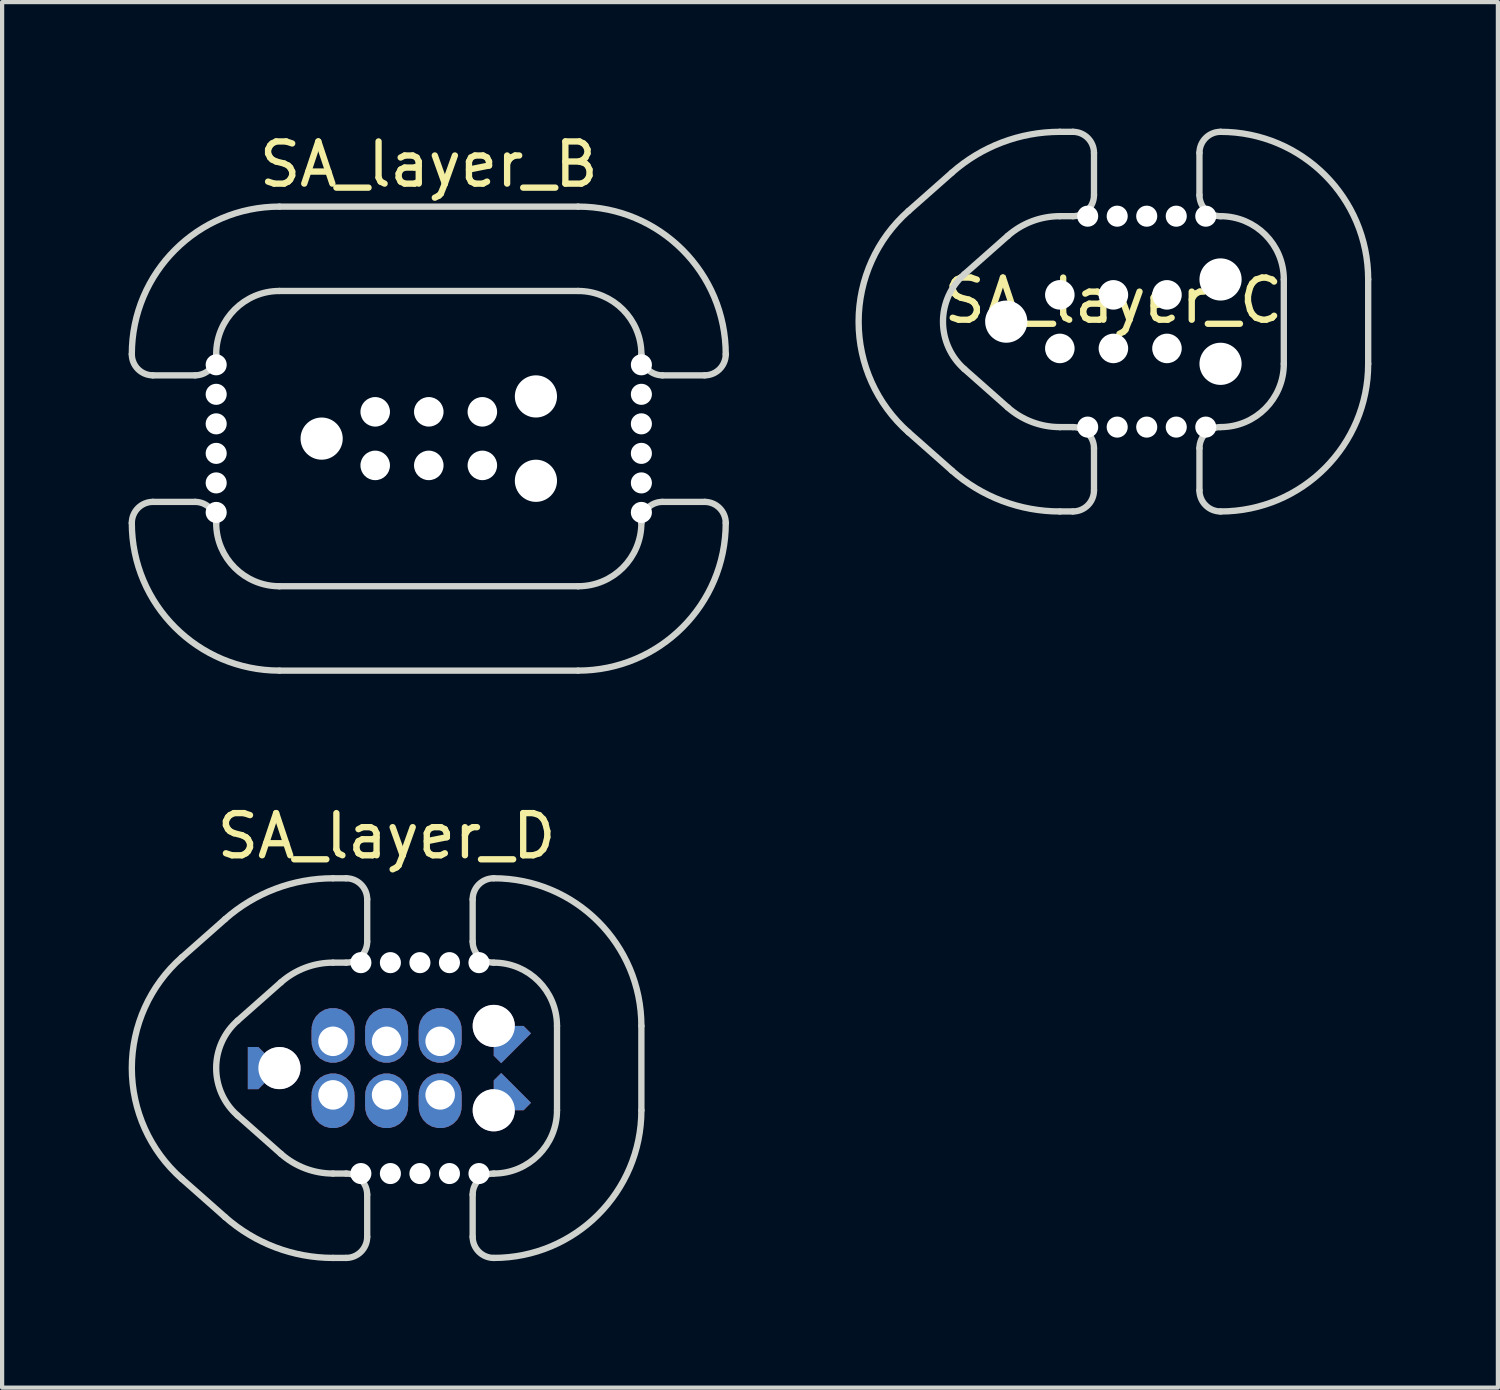
<source format=kicad_pcb>
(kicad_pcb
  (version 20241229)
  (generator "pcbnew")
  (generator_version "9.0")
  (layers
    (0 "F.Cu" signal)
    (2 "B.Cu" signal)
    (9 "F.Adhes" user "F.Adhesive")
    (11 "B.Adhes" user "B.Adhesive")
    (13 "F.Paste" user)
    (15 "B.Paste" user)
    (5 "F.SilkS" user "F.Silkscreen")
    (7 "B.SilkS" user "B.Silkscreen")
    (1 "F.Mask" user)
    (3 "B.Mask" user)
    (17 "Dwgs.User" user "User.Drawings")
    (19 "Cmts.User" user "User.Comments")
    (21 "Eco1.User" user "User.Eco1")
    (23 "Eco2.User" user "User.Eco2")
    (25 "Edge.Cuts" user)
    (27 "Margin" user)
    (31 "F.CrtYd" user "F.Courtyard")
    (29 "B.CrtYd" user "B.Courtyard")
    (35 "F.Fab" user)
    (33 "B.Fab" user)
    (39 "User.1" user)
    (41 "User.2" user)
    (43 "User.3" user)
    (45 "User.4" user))
  (footprint "SA_layer_C"
    (layer "F.Cu")
    (at 23.345 4.575)
    (property "Reference" "SA_layer_C" (at 0 -0.5 0) (unlocked yes) (layer "F.SilkS") (effects (font (size 1 1) (thickness 0.15))))
    (attr smd)
    (fp_line (start -4.857 2.623) (end -3.829 3.531) (stroke (width 0.15) (type solid)) (layer "Edge.Cuts"))
    (fp_line (start -3.829 -3.531) (end -4.857 -2.623) (stroke (width 0.15) (type solid)) (layer "Edge.Cuts"))
    (fp_line (start -3.533 1.124) (end -2.505 2.033) (stroke (width 0.15) (type solid)) (layer "Edge.Cuts"))
    (fp_line (start -2.505 -2.033) (end -3.533 -1.124) (stroke (width 0.15) (type solid)) (layer "Edge.Cuts"))
    (fp_line (start -0.96 -4.5) (end -1.27 -4.5) (stroke (width 0.15) (type solid)) (layer "Edge.Cuts"))
    (fp_line (start -0.96 -2.5) (end -1.27 -2.5) (stroke (width 0.15) (type solid)) (layer "Edge.Cuts"))
    (fp_line (start -0.96 2.5) (end -1.27 2.5) (stroke (width 0.15) (type solid)) (layer "Edge.Cuts"))
    (fp_line (start -0.96 4.5) (end -1.27 4.5) (stroke (width 0.15) (type solid)) (layer "Edge.Cuts"))
    (fp_line (start -0.46 -3) (end -0.46 -4) (stroke (width 0.15) (type solid)) (layer "Edge.Cuts"))
    (fp_line (start -0.46 3) (end -0.46 4) (stroke (width 0.15) (type solid)) (layer "Edge.Cuts"))
    (fp_line (start 2.04 -3) (end 2.04 -4) (stroke (width 0.15) (type solid)) (layer "Edge.Cuts"))
    (fp_line (start 2.04 4) (end 2.04 3) (stroke (width 0.15) (type solid)) (layer "Edge.Cuts"))
    (fp_line (start 4.04 -1) (end 4.04 1) (stroke (width 0.15) (type solid)) (layer "Edge.Cuts"))
    (fp_line (start 6.04 1) (end 6.04 -1) (stroke (width 0.15) (type solid)) (layer "Edge.Cuts"))
    (fp_arc (start -4.857373 2.622934) (mid -6.04 0) (end -4.857373 -2.622934) (stroke (width 0.15) (type solid)) (layer "Edge.Cuts"))
    (fp_arc (start -3.829041 -3.531469) (mid -2.638096 -4.249767) (end -1.27 -4.5) (stroke (width 0.15) (type solid)) (layer "Edge.Cuts"))
    (fp_arc (start -3.53316 1.124115) (mid -4.04 0) (end -3.53316 -1.124115) (stroke (width 0.15) (type solid)) (layer "Edge.Cuts"))
    (fp_arc (start -2.504829 -2.032649) (mid -1.930155 -2.379254) (end -1.27 -2.5) (stroke (width 0.15) (type solid)) (layer "Edge.Cuts"))
    (fp_arc (start -1.27 2.5) (mid -1.930155 2.379254) (end -2.504829 2.032649) (stroke (width 0.15) (type solid)) (layer "Edge.Cuts"))
    (fp_arc (start -1.27 4.5) (mid -2.638096 4.249767) (end -3.829041 3.531469) (stroke (width 0.15) (type solid)) (layer "Edge.Cuts"))
    (fp_arc (start -0.96 -4.5) (mid -0.606447 -4.353553) (end -0.46 -4) (stroke (width 0.15) (type solid)) (layer "Edge.Cuts"))
    (fp_arc (start -0.96 2.5) (mid -0.606447 2.646447) (end -0.46 3) (stroke (width 0.15) (type solid)) (layer "Edge.Cuts"))
    (fp_arc (start -0.46 -3) (mid -0.606447 -2.646447) (end -0.96 -2.5) (stroke (width 0.15) (type solid)) (layer "Edge.Cuts"))
    (fp_arc (start -0.46 4) (mid -0.606447 4.353553) (end -0.96 4.5) (stroke (width 0.15) (type solid)) (layer "Edge.Cuts"))
    (fp_arc (start 2.04 -4) (mid 2.186447 -4.353553) (end 2.54 -4.5) (stroke (width 0.15) (type solid)) (layer "Edge.Cuts"))
    (fp_arc (start 2.04 3) (mid 2.186447 2.646447) (end 2.54 2.5) (stroke (width 0.15) (type solid)) (layer "Edge.Cuts"))
    (fp_arc (start 2.54 -4.5) (mid 5.014874 -3.474874) (end 6.04 -1) (stroke (width 0.15) (type solid)) (layer "Edge.Cuts"))
    (fp_arc (start 2.54 -2.5) (mid 2.186447 -2.646447) (end 2.04 -3) (stroke (width 0.15) (type solid)) (layer "Edge.Cuts"))
    (fp_arc (start 2.54 -2.5) (mid 3.60066 -2.06066) (end 4.04 -1) (stroke (width 0.15) (type solid)) (layer "Edge.Cuts"))
    (fp_arc (start 2.54 4.5) (mid 2.186447 4.353553) (end 2.04 4) (stroke (width 0.15) (type solid)) (layer "Edge.Cuts"))
    (fp_arc (start 4.04 1) (mid 3.60066 2.06066) (end 2.54 2.5) (stroke (width 0.15) (type solid)) (layer "Edge.Cuts"))
    (fp_arc (start 6.04 1) (mid 5.014874 3.474874) (end 2.54 4.5) (stroke (width 0.15) (type solid)) (layer "Edge.Cuts"))
    (pad "" np_thru_hole circle (at -2.54 0) (size 1 1) (drill 1) (layers "*.Cu" "*.Mask"))
    (pad "" np_thru_hole circle (at -1.27 -0.635) (size 0.7 0.7) (drill 0.7) (layers "*.Cu" "*.Mask"))
    (pad "" np_thru_hole circle (at -1.27 0.635) (size 0.7 0.7) (drill 0.7) (layers "*.Cu" "*.Mask"))
    (pad "" np_thru_hole circle (at -0.61 -2.5) (size 0.5 0.5) (drill 0.5) (layers "*.Cu" "*.Mask"))
    (pad "" np_thru_hole circle (at -0.61 2.5 180) (size 0.5 0.5) (drill 0.5) (layers "*.Cu" "*.Mask"))
    (pad "" np_thru_hole circle (at 0 -0.635) (size 0.7 0.7) (drill 0.7) (layers "*.Cu" "*.Mask"))
    (pad "" np_thru_hole circle (at 0 0.635) (size 0.7 0.7) (drill 0.7) (layers "*.Cu" "*.Mask"))
    (pad "" np_thru_hole circle (at 0.09 -2.5) (size 0.5 0.5) (drill 0.5) (layers "*.Cu" "*.Mask"))
    (pad "" np_thru_hole circle (at 0.09 2.5 180) (size 0.5 0.5) (drill 0.5) (layers "*.Cu" "*.Mask"))
    (pad "" np_thru_hole circle (at 0.79 -2.5) (size 0.5 0.5) (drill 0.5) (layers "*.Cu" "*.Mask"))
    (pad "" np_thru_hole circle (at 0.79 2.5 180) (size 0.5 0.5) (drill 0.5) (layers "*.Cu" "*.Mask"))
    (pad "" np_thru_hole circle (at 1.27 -0.635) (size 0.7 0.7) (drill 0.7) (layers "*.Cu" "*.Mask"))
    (pad "" np_thru_hole circle (at 1.27 0.635) (size 0.7 0.7) (drill 0.7) (layers "*.Cu" "*.Mask"))
    (pad "" np_thru_hole circle (at 1.49 -2.5) (size 0.5 0.5) (drill 0.5) (layers "*.Cu" "*.Mask"))
    (pad "" np_thru_hole circle (at 1.49 2.5 180) (size 0.5 0.5) (drill 0.5) (layers "*.Cu" "*.Mask"))
    (pad "" np_thru_hole circle (at 2.19 -2.5) (size 0.5 0.5) (drill 0.5) (layers "*.Cu" "*.Mask"))
    (pad "" np_thru_hole circle (at 2.19 2.5 180) (size 0.5 0.5) (drill 0.5) (layers "*.Cu" "*.Mask"))
    (pad "" np_thru_hole circle (at 2.54 -1) (size 1 1) (drill 1) (layers "*.Cu" "*.Mask"))
    (pad "" np_thru_hole circle (at 2.54 1) (size 1 1) (drill 1) (layers "*.Cu" "*.Mask")))
  (footprint "SA_layer_D"
    (layer "F.Cu")
    (at 6.115 22.271)
    (property "Reference" "SA_layer_D" (at 0 -5.5 0) (unlocked yes) (layer "F.SilkS") (effects (font (size 1 1) (thickness 0.15))))
    (attr smd)
    (fp_line (start -4.857 2.623) (end -3.829 3.531) (stroke (width 0.15) (type solid)) (layer "Edge.Cuts"))
    (fp_line (start -3.829 -3.531) (end -4.857 -2.623) (stroke (width 0.15) (type solid)) (layer "Edge.Cuts"))
    (fp_line (start -3.533 1.124) (end -2.505 2.033) (stroke (width 0.15) (type solid)) (layer "Edge.Cuts"))
    (fp_line (start -2.505 -2.033) (end -3.533 -1.124) (stroke (width 0.15) (type solid)) (layer "Edge.Cuts"))
    (fp_line (start -0.96 -4.5) (end -1.27 -4.5) (stroke (width 0.15) (type solid)) (layer "Edge.Cuts"))
    (fp_line (start -0.96 -2.5) (end -1.27 -2.5) (stroke (width 0.15) (type solid)) (layer "Edge.Cuts"))
    (fp_line (start -0.96 2.5) (end -1.27 2.5) (stroke (width 0.15) (type solid)) (layer "Edge.Cuts"))
    (fp_line (start -0.96 4.5) (end -1.27 4.5) (stroke (width 0.15) (type solid)) (layer "Edge.Cuts"))
    (fp_line (start -0.46 -3) (end -0.46 -4) (stroke (width 0.15) (type solid)) (layer "Edge.Cuts"))
    (fp_line (start -0.46 3) (end -0.46 4) (stroke (width 0.15) (type solid)) (layer "Edge.Cuts"))
    (fp_line (start 2.04 -3) (end 2.04 -4) (stroke (width 0.15) (type solid)) (layer "Edge.Cuts"))
    (fp_line (start 2.04 4) (end 2.04 3) (stroke (width 0.15) (type solid)) (layer "Edge.Cuts"))
    (fp_line (start 4.04 -1) (end 4.04 1) (stroke (width 0.15) (type solid)) (layer "Edge.Cuts"))
    (fp_line (start 6.04 1) (end 6.04 -1) (stroke (width 0.15) (type solid)) (layer "Edge.Cuts"))
    (fp_arc (start -4.857373 2.622934) (mid -6.04 0) (end -4.857373 -2.622934) (stroke (width 0.15) (type solid)) (layer "Edge.Cuts"))
    (fp_arc (start -3.829041 -3.531469) (mid -2.638096 -4.249767) (end -1.27 -4.5) (stroke (width 0.15) (type solid)) (layer "Edge.Cuts"))
    (fp_arc (start -3.53316 1.124115) (mid -4.04 0) (end -3.53316 -1.124115) (stroke (width 0.15) (type solid)) (layer "Edge.Cuts"))
    (fp_arc (start -2.504829 -2.032649) (mid -1.930155 -2.379254) (end -1.27 -2.5) (stroke (width 0.15) (type solid)) (layer "Edge.Cuts"))
    (fp_arc (start -1.27 2.5) (mid -1.930155 2.379254) (end -2.504829 2.032649) (stroke (width 0.15) (type solid)) (layer "Edge.Cuts"))
    (fp_arc (start -1.27 4.5) (mid -2.638096 4.249767) (end -3.829041 3.531469) (stroke (width 0.15) (type solid)) (layer "Edge.Cuts"))
    (fp_arc (start -0.96 -4.5) (mid -0.606447 -4.353553) (end -0.46 -4) (stroke (width 0.15) (type solid)) (layer "Edge.Cuts"))
    (fp_arc (start -0.96 2.5) (mid -0.606447 2.646447) (end -0.46 3) (stroke (width 0.15) (type solid)) (layer "Edge.Cuts"))
    (fp_arc (start -0.46 -3) (mid -0.606447 -2.646447) (end -0.96 -2.5) (stroke (width 0.15) (type solid)) (layer "Edge.Cuts"))
    (fp_arc (start -0.46 4) (mid -0.606447 4.353553) (end -0.96 4.5) (stroke (width 0.15) (type solid)) (layer "Edge.Cuts"))
    (fp_arc (start 2.04 -4) (mid 2.186447 -4.353553) (end 2.54 -4.5) (stroke (width 0.15) (type solid)) (layer "Edge.Cuts"))
    (fp_arc (start 2.04 3) (mid 2.186447 2.646447) (end 2.54 2.5) (stroke (width 0.15) (type solid)) (layer "Edge.Cuts"))
    (fp_arc (start 2.54 -4.5) (mid 5.014874 -3.474874) (end 6.04 -1) (stroke (width 0.15) (type solid)) (layer "Edge.Cuts"))
    (fp_arc (start 2.54 -2.5) (mid 2.186447 -2.646447) (end 2.04 -3) (stroke (width 0.15) (type solid)) (layer "Edge.Cuts"))
    (fp_arc (start 2.54 -2.5) (mid 3.60066 -2.06066) (end 4.04 -1) (stroke (width 0.15) (type solid)) (layer "Edge.Cuts"))
    (fp_arc (start 2.54 4.5) (mid 2.186447 4.353553) (end 2.04 4) (stroke (width 0.15) (type solid)) (layer "Edge.Cuts"))
    (fp_arc (start 4.04 1) (mid 3.60066 2.06066) (end 2.54 2.5) (stroke (width 0.15) (type solid)) (layer "Edge.Cuts"))
    (fp_arc (start 6.04 1) (mid 5.014874 3.474874) (end 2.54 4.5) (stroke (width 0.15) (type solid)) (layer "Edge.Cuts"))
    (pad "" np_thru_hole circle (at -0.61 -2.5) (size 0.5 0.5) (drill 0.5) (layers "*.Cu" "*.Mask"))
    (pad "" np_thru_hole circle (at -0.61 2.5 180) (size 0.5 0.5) (drill 0.5) (layers "*.Cu" "*.Mask"))
    (pad "" np_thru_hole circle (at 0.09 -2.5) (size 0.5 0.5) (drill 0.5) (layers "*.Cu" "*.Mask"))
    (pad "" np_thru_hole circle (at 0.09 2.5 180) (size 0.5 0.5) (drill 0.5) (layers "*.Cu" "*.Mask"))
    (pad "" np_thru_hole circle (at 0.79 -2.5) (size 0.5 0.5) (drill 0.5) (layers "*.Cu" "*.Mask"))
    (pad "" np_thru_hole circle (at 0.79 2.5 180) (size 0.5 0.5) (drill 0.5) (layers "*.Cu" "*.Mask"))
    (pad "" np_thru_hole circle (at 1.49 -2.5) (size 0.5 0.5) (drill 0.5) (layers "*.Cu" "*.Mask"))
    (pad "" np_thru_hole circle (at 1.49 2.5 180) (size 0.5 0.5) (drill 0.5) (layers "*.Cu" "*.Mask"))
    (pad "" np_thru_hole circle (at 2.19 -2.5) (size 0.5 0.5) (drill 0.5) (layers "*.Cu" "*.Mask"))
    (pad "" np_thru_hole circle (at 2.19 2.5 180) (size 0.5 0.5) (drill 0.5) (layers "*.Cu" "*.Mask"))
    (pad "1" thru_hole custom (at -1.27 0.635 270) (size 1.02 1.02) (drill 0.7) (layers "*.Cu" "*.Mask") (options (anchor circle)) (primitives (gr_circle (center 0.28 0) (end 0.79 0) (width 0) (fill yes)) (gr_poly (pts (xy 0 0.51) (xy 0.28 0.51) (xy 0.28 -0.51) (xy 0 -0.51)) (width 0) (fill yes))))
    (pad "2" thru_hole custom (at -1.27 -0.635 90) (size 1.02 1.02) (drill 0.7) (layers "*.Cu" "*.Mask") (options (anchor circle)) (primitives (gr_circle (center 0.28 0) (end 0.79 0) (width 0) (fill yes)) (gr_poly (pts (xy 0 0.51) (xy 0.28 0.51) (xy 0.28 -0.51) (xy 0 -0.51)) (width 0) (fill yes))))
    (pad "3" thru_hole custom (at 0 0.635 270) (size 1.02 1.02) (drill 0.7) (layers "*.Cu" "*.Mask") (options (anchor circle)) (primitives (gr_circle (center 0.28 0) (end 0.79 0) (width 0) (fill yes)) (gr_poly (pts (xy 0 0.51) (xy 0.28 0.51) (xy 0.28 -0.51) (xy 0 -0.51)) (width 0) (fill yes))))
    (pad "4" thru_hole custom (at 0 -0.635 90) (size 1.02 1.02) (drill 0.7) (layers "*.Cu" "*.Mask") (options (anchor circle)) (primitives (gr_circle (center 0.28 0) (end 0.79 0) (width 0) (fill yes)) (gr_poly (pts (xy 0 0.51) (xy 0.28 0.51) (xy 0.28 -0.51) (xy 0 -0.51)) (width 0) (fill yes))))
    (pad "5" thru_hole custom (at 1.27 0.635 270) (size 1.02 1.02) (drill 0.7) (layers "*.Cu" "*.Mask") (options (anchor circle)) (primitives (gr_circle (center 0.28 0) (end 0.79 0) (width 0) (fill yes)) (gr_poly (pts (xy 0 0.51) (xy 0.28 0.51) (xy 0.28 -0.51) (xy 0 -0.51)) (width 0) (fill yes))))
    (pad "6" thru_hole custom (at 1.27 -0.635 90) (size 1.02 1.02) (drill 0.7) (layers "*.Cu" "*.Mask") (options (anchor circle)) (primitives (gr_circle (center 0.28 0) (end 0.79 0) (width 0) (fill yes)) (gr_poly (pts (xy 0 0.51) (xy 0.28 0.51) (xy 0.28 -0.51) (xy 0 -0.51)) (width 0) (fill yes))))
    (pad "MP" thru_hole custom (at -2.54 0 180) (size 1 1) (drill 1) (layers "*.Cu" "*.Mask") (options (anchor circle)) (primitives (gr_poly (pts (xy 0 0) (xy 0.5 0.5) (xy 0.75 0.5) (xy 0.75 -0.5) (xy 0.5 -0.5)) (width 0) (fill yes))))
    (pad "MP" thru_hole custom (at 2.54 -1 315) (size 1 1) (drill 1) (layers "*.Cu" "*.Mask") (options (anchor circle)) (primitives (gr_poly (pts (xy 0 0) (xy 0.5 0.5) (xy 0.75 0.5) (xy 0.75 -0.5) (xy 0.5 -0.5)) (width 0) (fill yes))))
    (pad "MP" thru_hole custom (at 2.54 1 45) (size 1 1) (drill 1) (layers "*.Cu" "*.Mask") (options (anchor circle)) (primitives (gr_poly (pts (xy 0 0) (xy 0.5 0.5) (xy 0.75 0.5) (xy 0.75 -0.5) (xy 0.5 -0.5)) (width 0) (fill yes)))))
  (footprint "SA_layer_B"
    (layer "F.Cu")
    (at 7.115 7.348)
    (property "Reference" "SA_layer_B" (at 0 -6.5 0) (unlocked yes) (layer "F.SilkS") (effects (font (size 1 1) (thickness 0.15))))
    (attr smd)
    (fp_line (start -6.54 -1.5) (end -5.54 -1.5) (stroke (width 0.15) (type solid)) (layer "Edge.Cuts"))
    (fp_line (start -5.54 1.5) (end -6.54 1.5) (stroke (width 0.15) (type solid)) (layer "Edge.Cuts"))
    (fp_line (start 3.54 -5.5) (end -3.54 -5.5) (stroke (width 0.15) (type solid)) (layer "Edge.Cuts"))
    (fp_line (start 3.54 -3.5) (end -3.54 -3.5) (stroke (width 0.15) (type solid)) (layer "Edge.Cuts"))
    (fp_line (start 3.54 3.5) (end -3.54 3.5) (stroke (width 0.15) (type solid)) (layer "Edge.Cuts"))
    (fp_line (start 3.54 5.5) (end -3.54 5.5) (stroke (width 0.15) (type solid)) (layer "Edge.Cuts"))
    (fp_line (start 5.54 -1.5) (end 6.54 -1.5) (stroke (width 0.15) (type solid)) (layer "Edge.Cuts"))
    (fp_line (start 6.54 1.5) (end 5.54 1.5) (stroke (width 0.15) (type solid)) (layer "Edge.Cuts"))
    (fp_arc (start -7.04 -2) (mid -6.014874 -4.474874) (end -3.54 -5.5) (stroke (width 0.15) (type solid)) (layer "Edge.Cuts"))
    (fp_arc (start -7.04 2) (mid -6.893553 1.646447) (end -6.54 1.5) (stroke (width 0.15) (type solid)) (layer "Edge.Cuts"))
    (fp_arc (start -6.54 -1.5) (mid -6.893553 -1.646447) (end -7.04 -2) (stroke (width 0.15) (type solid)) (layer "Edge.Cuts"))
    (fp_arc (start -5.54 1.5) (mid -5.186447 1.646447) (end -5.04 2) (stroke (width 0.15) (type solid)) (layer "Edge.Cuts"))
    (fp_arc (start -5.04 -2) (mid -5.186447 -1.646447) (end -5.54 -1.5) (stroke (width 0.15) (type solid)) (layer "Edge.Cuts"))
    (fp_arc (start -5.04 -2) (mid -4.60066 -3.06066) (end -3.54 -3.5) (stroke (width 0.15) (type solid)) (layer "Edge.Cuts"))
    (fp_arc (start -3.54 3.5) (mid -4.60066 3.06066) (end -5.04 2) (stroke (width 0.15) (type solid)) (layer "Edge.Cuts"))
    (fp_arc (start -3.54 5.5) (mid -6.014874 4.474874) (end -7.04 2) (stroke (width 0.15) (type solid)) (layer "Edge.Cuts"))
    (fp_arc (start 3.54 -5.5) (mid 6.014874 -4.474874) (end 7.04 -2) (stroke (width 0.15) (type solid)) (layer "Edge.Cuts"))
    (fp_arc (start 3.54 -3.5) (mid 4.60066 -3.06066) (end 5.04 -2) (stroke (width 0.15) (type solid)) (layer "Edge.Cuts"))
    (fp_arc (start 5.04 2) (mid 4.60066 3.06066) (end 3.54 3.5) (stroke (width 0.15) (type solid)) (layer "Edge.Cuts"))
    (fp_arc (start 5.04 2) (mid 5.186447 1.646447) (end 5.54 1.5) (stroke (width 0.15) (type solid)) (layer "Edge.Cuts"))
    (fp_arc (start 5.54 -1.5) (mid 5.186447 -1.646447) (end 5.04 -2) (stroke (width 0.15) (type solid)) (layer "Edge.Cuts"))
    (fp_arc (start 6.54 1.5) (mid 6.893553 1.646447) (end 7.04 2) (stroke (width 0.15) (type solid)) (layer "Edge.Cuts"))
    (fp_arc (start 7.04 -2) (mid 6.893553 -1.646447) (end 6.54 -1.5) (stroke (width 0.15) (type solid)) (layer "Edge.Cuts"))
    (fp_arc (start 7.04 2) (mid 6.014874 4.474874) (end 3.54 5.5) (stroke (width 0.15) (type solid)) (layer "Edge.Cuts"))
    (pad "" np_thru_hole circle (at -5.04 -1.75 180) (size 0.5 0.5) (drill 0.5) (layers "*.Cu" "*.Mask"))
    (pad "" np_thru_hole circle (at -5.04 -1.05 180) (size 0.5 0.5) (drill 0.5) (layers "*.Cu" "*.Mask"))
    (pad "" np_thru_hole circle (at -5.04 -0.35 180) (size 0.5 0.5) (drill 0.5) (layers "*.Cu" "*.Mask"))
    (pad "" np_thru_hole circle (at -5.04 0.35 180) (size 0.5 0.5) (drill 0.5) (layers "*.Cu" "*.Mask"))
    (pad "" np_thru_hole circle (at -5.04 1.05 180) (size 0.5 0.5) (drill 0.5) (layers "*.Cu" "*.Mask"))
    (pad "" np_thru_hole circle (at -5.04 1.75 180) (size 0.5 0.5) (drill 0.5) (layers "*.Cu" "*.Mask"))
    (pad "" np_thru_hole circle (at -2.54 0) (size 1 1) (drill 1) (layers "*.Cu" "*.Mask"))
    (pad "" np_thru_hole circle (at -1.27 -0.635) (size 0.7 0.7) (drill 0.7) (layers "*.Cu" "*.Mask"))
    (pad "" np_thru_hole circle (at -1.27 0.635) (size 0.7 0.7) (drill 0.7) (layers "*.Cu" "*.Mask"))
    (pad "" np_thru_hole circle (at 0 -0.635) (size 0.7 0.7) (drill 0.7) (layers "*.Cu" "*.Mask"))
    (pad "" np_thru_hole circle (at 0 0.635) (size 0.7 0.7) (drill 0.7) (layers "*.Cu" "*.Mask"))
    (pad "" np_thru_hole circle (at 1.27 -0.635) (size 0.7 0.7) (drill 0.7) (layers "*.Cu" "*.Mask"))
    (pad "" np_thru_hole circle (at 1.27 0.635) (size 0.7 0.7) (drill 0.7) (layers "*.Cu" "*.Mask"))
    (pad "" np_thru_hole circle (at 2.54 -1) (size 1 1) (drill 1) (layers "*.Cu" "*.Mask"))
    (pad "" np_thru_hole circle (at 2.54 1) (size 1 1) (drill 1) (layers "*.Cu" "*.Mask"))
    (pad "" np_thru_hole circle (at 5.04 -1.75) (size 0.5 0.5) (drill 0.5) (layers "*.Cu" "*.Mask"))
    (pad "" np_thru_hole circle (at 5.04 -1.05) (size 0.5 0.5) (drill 0.5) (layers "*.Cu" "*.Mask"))
    (pad "" np_thru_hole circle (at 5.04 -0.35) (size 0.5 0.5) (drill 0.5) (layers "*.Cu" "*.Mask"))
    (pad "" np_thru_hole circle (at 5.04 0.35) (size 0.5 0.5) (drill 0.5) (layers "*.Cu" "*.Mask"))
    (pad "" np_thru_hole circle (at 5.04 1.05) (size 0.5 0.5) (drill 0.5) (layers "*.Cu" "*.Mask"))
    (pad "" np_thru_hole circle (at 5.04 1.75) (size 0.5 0.5) (drill 0.5) (layers "*.Cu" "*.Mask")))
  (gr_rect
    (start -3 -3)
    (end 32.46 29.846)
    (stroke (width 0.1) (type default))
    (fill no)
    (layer "Edge.Cuts")))
</source>
